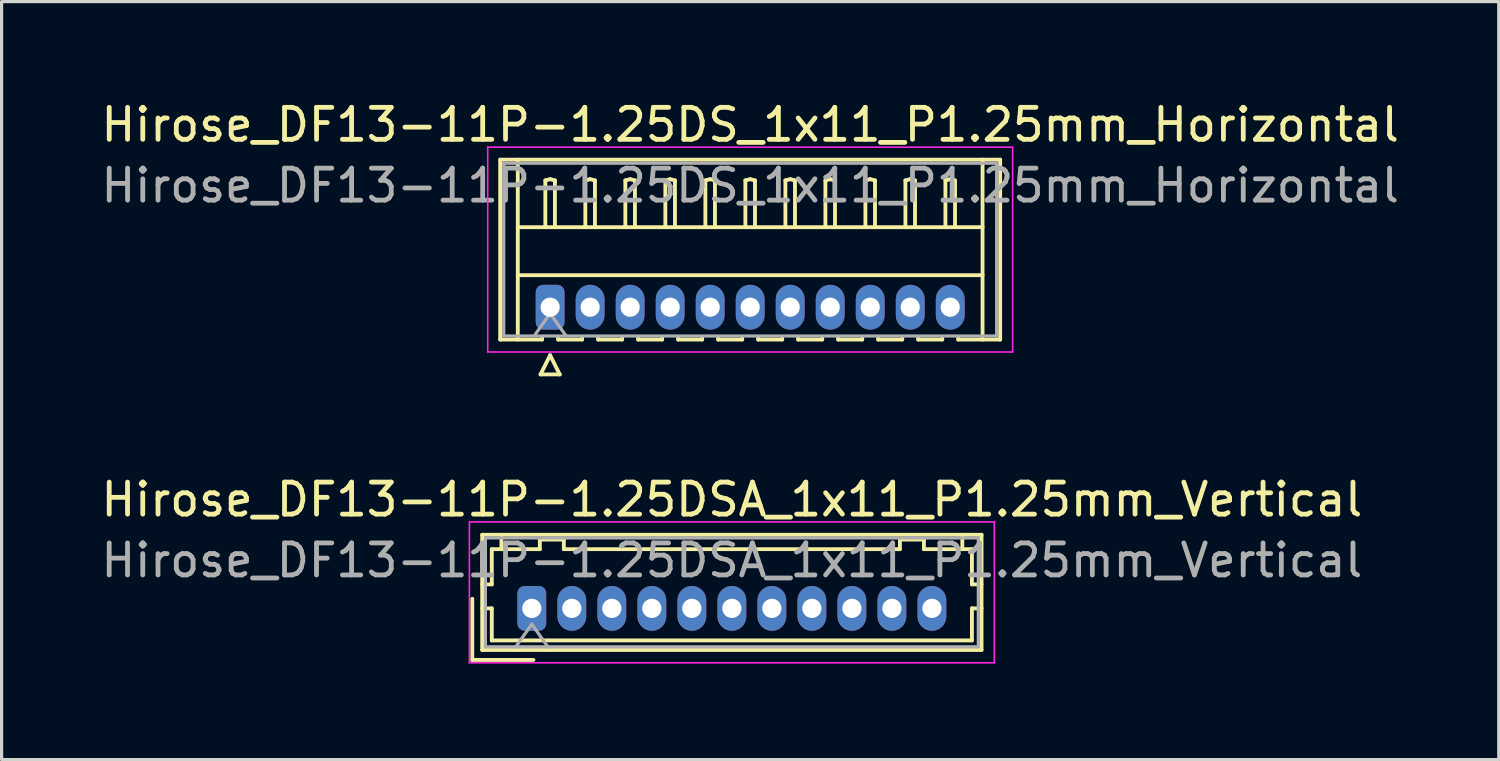
<source format=kicad_pcb>
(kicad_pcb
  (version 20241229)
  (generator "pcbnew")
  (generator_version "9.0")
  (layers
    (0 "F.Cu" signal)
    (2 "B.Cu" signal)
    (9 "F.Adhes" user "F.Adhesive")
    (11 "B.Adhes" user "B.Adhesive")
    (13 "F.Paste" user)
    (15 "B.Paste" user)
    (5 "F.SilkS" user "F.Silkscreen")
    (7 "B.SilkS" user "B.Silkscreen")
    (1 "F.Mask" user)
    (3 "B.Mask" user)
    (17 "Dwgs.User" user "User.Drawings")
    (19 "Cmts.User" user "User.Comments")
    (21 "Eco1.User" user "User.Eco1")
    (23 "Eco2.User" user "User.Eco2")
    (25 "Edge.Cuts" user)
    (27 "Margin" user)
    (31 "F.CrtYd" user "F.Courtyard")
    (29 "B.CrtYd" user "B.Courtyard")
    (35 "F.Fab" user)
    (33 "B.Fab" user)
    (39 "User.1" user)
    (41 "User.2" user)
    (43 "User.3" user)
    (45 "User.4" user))
  (footprint "Hirose_DF13-11P-1.25DSA_1x11_P1.25mm_Vertical"
    (layer "F.Cu")
    (at 13.565 15.957)
    (property "Reference" "Hirose_DF13-11P-1.25DSA_1x11_P1.25mm_Vertical" (at 6.25 -3.4 0) (layer "F.SilkS") (effects (font (size 1 1) (thickness 0.15))))
    (attr through_hole)
    (fp_line (start -1.86 -0.3) (end -1.86 1.61) (stroke (width 0.12) (type solid)) (layer "F.SilkS"))
    (fp_line (start -1.86 1.61) (end 0.05 1.61) (stroke (width 0.12) (type solid)) (layer "F.SilkS"))
    (fp_line (start -1.55 -2.3) (end -1.55 1.3) (stroke (width 0.12) (type solid)) (layer "F.SilkS"))
    (fp_line (start -1.55 -0.75) (end -1.25 -0.75) (stroke (width 0.12) (type solid)) (layer "F.SilkS"))
    (fp_line (start -1.55 0) (end -1.25 0) (stroke (width 0.12) (type solid)) (layer "F.SilkS"))
    (fp_line (start -1.55 1.3) (end 14.05 1.3) (stroke (width 0.12) (type solid)) (layer "F.SilkS"))
    (fp_line (start -1.25 -1.85) (end -0.95 -1.85) (stroke (width 0.12) (type solid)) (layer "F.SilkS"))
    (fp_line (start -1.25 -0.75) (end -1.25 -1.85) (stroke (width 0.12) (type solid)) (layer "F.SilkS"))
    (fp_line (start -1.25 0) (end -1.25 1) (stroke (width 0.12) (type solid)) (layer "F.SilkS"))
    (fp_line (start -1.25 1) (end 13.75 1) (stroke (width 0.12) (type solid)) (layer "F.SilkS"))
    (fp_line (start -0.95 -1.85) (end -0.95 -2.3) (stroke (width 0.12) (type solid)) (layer "F.SilkS"))
    (fp_line (start -0.95 -1.85) (end 0.25 -1.85) (stroke (width 0.12) (type solid)) (layer "F.SilkS"))
    (fp_line (start 0.25 -2.15) (end 1 -2.15) (stroke (width 0.12) (type solid)) (layer "F.SilkS"))
    (fp_line (start 0.25 -1.85) (end 0.25 -2.15) (stroke (width 0.12) (type solid)) (layer "F.SilkS"))
    (fp_line (start 1 -2.15) (end 1 -1.85) (stroke (width 0.12) (type solid)) (layer "F.SilkS"))
    (fp_line (start 1 -1.85) (end 11.5 -1.85) (stroke (width 0.12) (type solid)) (layer "F.SilkS"))
    (fp_line (start 11.5 -2.15) (end 12.25 -2.15) (stroke (width 0.12) (type solid)) (layer "F.SilkS"))
    (fp_line (start 11.5 -1.85) (end 11.5 -2.15) (stroke (width 0.12) (type solid)) (layer "F.SilkS"))
    (fp_line (start 12.25 -2.15) (end 12.25 -1.85) (stroke (width 0.12) (type solid)) (layer "F.SilkS"))
    (fp_line (start 12.25 -1.85) (end 13.45 -1.85) (stroke (width 0.12) (type solid)) (layer "F.SilkS"))
    (fp_line (start 13.45 -1.85) (end 13.45 -2.3) (stroke (width 0.12) (type solid)) (layer "F.SilkS"))
    (fp_line (start 13.75 -1.85) (end 13.45 -1.85) (stroke (width 0.12) (type solid)) (layer "F.SilkS"))
    (fp_line (start 13.75 -0.75) (end 13.75 -1.85) (stroke (width 0.12) (type solid)) (layer "F.SilkS"))
    (fp_line (start 13.75 0) (end 14.05 0) (stroke (width 0.12) (type solid)) (layer "F.SilkS"))
    (fp_line (start 13.75 1) (end 13.75 0) (stroke (width 0.12) (type solid)) (layer "F.SilkS"))
    (fp_line (start 14.05 -2.3) (end -1.55 -2.3) (stroke (width 0.12) (type solid)) (layer "F.SilkS"))
    (fp_line (start 14.05 -0.75) (end 13.75 -0.75) (stroke (width 0.12) (type solid)) (layer "F.SilkS"))
    (fp_line (start 14.05 1.3) (end 14.05 -2.3) (stroke (width 0.12) (type solid)) (layer "F.SilkS"))
    (fp_line (start -1.95 -2.7) (end -1.95 1.7) (stroke (width 0.05) (type solid)) (layer "F.CrtYd"))
    (fp_line (start -1.95 1.7) (end 14.45 1.7) (stroke (width 0.05) (type solid)) (layer "F.CrtYd"))
    (fp_line (start 14.45 -2.7) (end -1.95 -2.7) (stroke (width 0.05) (type solid)) (layer "F.CrtYd"))
    (fp_line (start 14.45 1.7) (end 14.45 -2.7) (stroke (width 0.05) (type solid)) (layer "F.CrtYd"))
    (fp_line (start -1.45 -2.2) (end -1.45 1.2) (stroke (width 0.1) (type solid)) (layer "F.Fab"))
    (fp_line (start -1.45 1.2) (end 13.95 1.2) (stroke (width 0.1) (type solid)) (layer "F.Fab"))
    (fp_line (start -0.5 1.2) (end 0 0.493) (stroke (width 0.1) (type solid)) (layer "F.Fab"))
    (fp_line (start 0 0.493) (end 0.5 1.2) (stroke (width 0.1) (type solid)) (layer "F.Fab"))
    (fp_line (start 13.95 -2.2) (end -1.45 -2.2) (stroke (width 0.1) (type solid)) (layer "F.Fab"))
    (fp_line (start 13.95 1.2) (end 13.95 -2.2) (stroke (width 0.1) (type solid)) (layer "F.Fab"))
    (fp_text user "${REFERENCE}" (at 6.25 -1.5 0) (layer "F.Fab") (effects (font (size 1 1) (thickness 0.15))))
    (pad "1" thru_hole roundrect (at 0 0) (size 0.9 1.4) (drill 0.6) (layers "*.Cu" "*.Mask") (roundrect_rratio 0.25))
    (pad "2" thru_hole oval (at 1.25 0) (size 0.9 1.4) (drill 0.6) (layers "*.Cu" "*.Mask"))
    (pad "3" thru_hole oval (at 2.5 0) (size 0.9 1.4) (drill 0.6) (layers "*.Cu" "*.Mask"))
    (pad "4" thru_hole oval (at 3.75 0) (size 0.9 1.4) (drill 0.6) (layers "*.Cu" "*.Mask"))
    (pad "5" thru_hole oval (at 5 0) (size 0.9 1.4) (drill 0.6) (layers "*.Cu" "*.Mask"))
    (pad "6" thru_hole oval (at 6.25 0) (size 0.9 1.4) (drill 0.6) (layers "*.Cu" "*.Mask"))
    (pad "7" thru_hole oval (at 7.5 0) (size 0.9 1.4) (drill 0.6) (layers "*.Cu" "*.Mask"))
    (pad "8" thru_hole oval (at 8.75 0) (size 0.9 1.4) (drill 0.6) (layers "*.Cu" "*.Mask"))
    (pad "9" thru_hole oval (at 10 0) (size 0.9 1.4) (drill 0.6) (layers "*.Cu" "*.Mask"))
    (pad "10" thru_hole oval (at 11.25 0) (size 0.9 1.4) (drill 0.6) (layers "*.Cu" "*.Mask"))
    (pad "11" thru_hole oval (at 12.5 0) (size 0.9 1.4) (drill 0.6) (layers "*.Cu" "*.Mask")))
  (footprint "Hirose_DF13-11P-1.25DS_1x11_P1.25mm_Horizontal"
    (layer "F.Cu")
    (at 14.137 6.548)
    (property "Reference" "Hirose_DF13-11P-1.25DS_1x11_P1.25mm_Horizontal" (at 6.25 -5.7 0) (layer "F.SilkS") (effects (font (size 1 1) (thickness 0.15))))
    (attr through_hole)
    (fp_line (start -1.56 -4.61) (end 14.06 -4.61) (stroke (width 0.12) (type solid)) (layer "F.SilkS"))
    (fp_line (start -1.56 1.01) (end -1.56 -4.61) (stroke (width 0.12) (type solid)) (layer "F.SilkS"))
    (fp_line (start -1.01 -4.61) (end -1.01 1.01) (stroke (width 0.12) (type solid)) (layer "F.SilkS"))
    (fp_line (start -1.01 -2.5) (end 13.51 -2.5) (stroke (width 0.12) (type solid)) (layer "F.SilkS"))
    (fp_line (start -1.01 -1) (end 13.51 -1) (stroke (width 0.12) (type solid)) (layer "F.SilkS"))
    (fp_line (start -0.3 2.1) (end 0.3 2.1) (stroke (width 0.12) (type solid)) (layer "F.SilkS"))
    (fp_line (start -0.25 0.96) (end -0.25 1.01) (stroke (width 0.12) (type solid)) (layer "F.SilkS"))
    (fp_line (start -0.25 1.01) (end -1.56 1.01) (stroke (width 0.12) (type solid)) (layer "F.SilkS"))
    (fp_line (start -0.15 -3.962) (end 0 -4) (stroke (width 0.12) (type solid)) (layer "F.SilkS"))
    (fp_line (start -0.15 -2.5) (end -0.15 -3.962) (stroke (width 0.12) (type solid)) (layer "F.SilkS"))
    (fp_line (start 0 -4) (end 0.15 -3.962) (stroke (width 0.12) (type solid)) (layer "F.SilkS"))
    (fp_line (start 0 1.5) (end -0.3 2.1) (stroke (width 0.12) (type solid)) (layer "F.SilkS"))
    (fp_line (start 0.15 -3.962) (end 0.15 -2.5) (stroke (width 0.12) (type solid)) (layer "F.SilkS"))
    (fp_line (start 0.25 0.96) (end 0.25 1.01) (stroke (width 0.12) (type solid)) (layer "F.SilkS"))
    (fp_line (start 0.25 1.01) (end 1 1.01) (stroke (width 0.12) (type solid)) (layer "F.SilkS"))
    (fp_line (start 0.3 2.1) (end 0 1.5) (stroke (width 0.12) (type solid)) (layer "F.SilkS"))
    (fp_line (start 1 1.01) (end 1 0.96) (stroke (width 0.12) (type solid)) (layer "F.SilkS"))
    (fp_line (start 1.1 -3.962) (end 1.25 -4) (stroke (width 0.12) (type solid)) (layer "F.SilkS"))
    (fp_line (start 1.1 -2.5) (end 1.1 -3.962) (stroke (width 0.12) (type solid)) (layer "F.SilkS"))
    (fp_line (start 1.25 -4) (end 1.4 -3.962) (stroke (width 0.12) (type solid)) (layer "F.SilkS"))
    (fp_line (start 1.4 -3.962) (end 1.4 -2.5) (stroke (width 0.12) (type solid)) (layer "F.SilkS"))
    (fp_line (start 1.5 0.96) (end 1.5 1.01) (stroke (width 0.12) (type solid)) (layer "F.SilkS"))
    (fp_line (start 1.5 1.01) (end 2.25 1.01) (stroke (width 0.12) (type solid)) (layer "F.SilkS"))
    (fp_line (start 2.25 1.01) (end 2.25 0.96) (stroke (width 0.12) (type solid)) (layer "F.SilkS"))
    (fp_line (start 2.35 -3.962) (end 2.5 -4) (stroke (width 0.12) (type solid)) (layer "F.SilkS"))
    (fp_line (start 2.35 -2.5) (end 2.35 -3.962) (stroke (width 0.12) (type solid)) (layer "F.SilkS"))
    (fp_line (start 2.5 -4) (end 2.65 -3.962) (stroke (width 0.12) (type solid)) (layer "F.SilkS"))
    (fp_line (start 2.65 -3.962) (end 2.65 -2.5) (stroke (width 0.12) (type solid)) (layer "F.SilkS"))
    (fp_line (start 2.75 0.96) (end 2.75 1.01) (stroke (width 0.12) (type solid)) (layer "F.SilkS"))
    (fp_line (start 2.75 1.01) (end 3.5 1.01) (stroke (width 0.12) (type solid)) (layer "F.SilkS"))
    (fp_line (start 3.5 1.01) (end 3.5 0.96) (stroke (width 0.12) (type solid)) (layer "F.SilkS"))
    (fp_line (start 3.6 -3.962) (end 3.75 -4) (stroke (width 0.12) (type solid)) (layer "F.SilkS"))
    (fp_line (start 3.6 -2.5) (end 3.6 -3.962) (stroke (width 0.12) (type solid)) (layer "F.SilkS"))
    (fp_line (start 3.75 -4) (end 3.9 -3.962) (stroke (width 0.12) (type solid)) (layer "F.SilkS"))
    (fp_line (start 3.9 -3.962) (end 3.9 -2.5) (stroke (width 0.12) (type solid)) (layer "F.SilkS"))
    (fp_line (start 4 0.96) (end 4 1.01) (stroke (width 0.12) (type solid)) (layer "F.SilkS"))
    (fp_line (start 4 1.01) (end 4.75 1.01) (stroke (width 0.12) (type solid)) (layer "F.SilkS"))
    (fp_line (start 4.75 1.01) (end 4.75 0.96) (stroke (width 0.12) (type solid)) (layer "F.SilkS"))
    (fp_line (start 4.85 -3.962) (end 5 -4) (stroke (width 0.12) (type solid)) (layer "F.SilkS"))
    (fp_line (start 4.85 -2.5) (end 4.85 -3.962) (stroke (width 0.12) (type solid)) (layer "F.SilkS"))
    (fp_line (start 5 -4) (end 5.15 -3.962) (stroke (width 0.12) (type solid)) (layer "F.SilkS"))
    (fp_line (start 5.15 -3.962) (end 5.15 -2.5) (stroke (width 0.12) (type solid)) (layer "F.SilkS"))
    (fp_line (start 5.25 0.96) (end 5.25 1.01) (stroke (width 0.12) (type solid)) (layer "F.SilkS"))
    (fp_line (start 5.25 1.01) (end 6 1.01) (stroke (width 0.12) (type solid)) (layer "F.SilkS"))
    (fp_line (start 6 1.01) (end 6 0.96) (stroke (width 0.12) (type solid)) (layer "F.SilkS"))
    (fp_line (start 6.1 -3.962) (end 6.25 -4) (stroke (width 0.12) (type solid)) (layer "F.SilkS"))
    (fp_line (start 6.1 -2.5) (end 6.1 -3.962) (stroke (width 0.12) (type solid)) (layer "F.SilkS"))
    (fp_line (start 6.25 -4) (end 6.4 -3.962) (stroke (width 0.12) (type solid)) (layer "F.SilkS"))
    (fp_line (start 6.4 -3.962) (end 6.4 -2.5) (stroke (width 0.12) (type solid)) (layer "F.SilkS"))
    (fp_line (start 6.5 0.96) (end 6.5 1.01) (stroke (width 0.12) (type solid)) (layer "F.SilkS"))
    (fp_line (start 6.5 1.01) (end 7.25 1.01) (stroke (width 0.12) (type solid)) (layer "F.SilkS"))
    (fp_line (start 7.25 1.01) (end 7.25 0.96) (stroke (width 0.12) (type solid)) (layer "F.SilkS"))
    (fp_line (start 7.35 -3.962) (end 7.5 -4) (stroke (width 0.12) (type solid)) (layer "F.SilkS"))
    (fp_line (start 7.35 -2.5) (end 7.35 -3.962) (stroke (width 0.12) (type solid)) (layer "F.SilkS"))
    (fp_line (start 7.5 -4) (end 7.65 -3.962) (stroke (width 0.12) (type solid)) (layer "F.SilkS"))
    (fp_line (start 7.65 -3.962) (end 7.65 -2.5) (stroke (width 0.12) (type solid)) (layer "F.SilkS"))
    (fp_line (start 7.75 0.96) (end 7.75 1.01) (stroke (width 0.12) (type solid)) (layer "F.SilkS"))
    (fp_line (start 7.75 1.01) (end 8.5 1.01) (stroke (width 0.12) (type solid)) (layer "F.SilkS"))
    (fp_line (start 8.5 1.01) (end 8.5 0.96) (stroke (width 0.12) (type solid)) (layer "F.SilkS"))
    (fp_line (start 8.6 -3.962) (end 8.75 -4) (stroke (width 0.12) (type solid)) (layer "F.SilkS"))
    (fp_line (start 8.6 -2.5) (end 8.6 -3.962) (stroke (width 0.12) (type solid)) (layer "F.SilkS"))
    (fp_line (start 8.75 -4) (end 8.9 -3.962) (stroke (width 0.12) (type solid)) (layer "F.SilkS"))
    (fp_line (start 8.9 -3.962) (end 8.9 -2.5) (stroke (width 0.12) (type solid)) (layer "F.SilkS"))
    (fp_line (start 9 0.96) (end 9 1.01) (stroke (width 0.12) (type solid)) (layer "F.SilkS"))
    (fp_line (start 9 1.01) (end 9.75 1.01) (stroke (width 0.12) (type solid)) (layer "F.SilkS"))
    (fp_line (start 9.75 1.01) (end 9.75 0.96) (stroke (width 0.12) (type solid)) (layer "F.SilkS"))
    (fp_line (start 9.85 -3.962) (end 10 -4) (stroke (width 0.12) (type solid)) (layer "F.SilkS"))
    (fp_line (start 9.85 -2.5) (end 9.85 -3.962) (stroke (width 0.12) (type solid)) (layer "F.SilkS"))
    (fp_line (start 10 -4) (end 10.15 -3.962) (stroke (width 0.12) (type solid)) (layer "F.SilkS"))
    (fp_line (start 10.15 -3.962) (end 10.15 -2.5) (stroke (width 0.12) (type solid)) (layer "F.SilkS"))
    (fp_line (start 10.25 0.96) (end 10.25 1.01) (stroke (width 0.12) (type solid)) (layer "F.SilkS"))
    (fp_line (start 10.25 1.01) (end 11 1.01) (stroke (width 0.12) (type solid)) (layer "F.SilkS"))
    (fp_line (start 11 1.01) (end 11 0.96) (stroke (width 0.12) (type solid)) (layer "F.SilkS"))
    (fp_line (start 11.1 -3.962) (end 11.25 -4) (stroke (width 0.12) (type solid)) (layer "F.SilkS"))
    (fp_line (start 11.1 -2.5) (end 11.1 -3.962) (stroke (width 0.12) (type solid)) (layer "F.SilkS"))
    (fp_line (start 11.25 -4) (end 11.4 -3.962) (stroke (width 0.12) (type solid)) (layer "F.SilkS"))
    (fp_line (start 11.4 -3.962) (end 11.4 -2.5) (stroke (width 0.12) (type solid)) (layer "F.SilkS"))
    (fp_line (start 11.5 0.96) (end 11.5 1.01) (stroke (width 0.12) (type solid)) (layer "F.SilkS"))
    (fp_line (start 11.5 1.01) (end 12.25 1.01) (stroke (width 0.12) (type solid)) (layer "F.SilkS"))
    (fp_line (start 12.25 1.01) (end 12.25 0.96) (stroke (width 0.12) (type solid)) (layer "F.SilkS"))
    (fp_line (start 12.35 -3.962) (end 12.5 -4) (stroke (width 0.12) (type solid)) (layer "F.SilkS"))
    (fp_line (start 12.35 -2.5) (end 12.35 -3.962) (stroke (width 0.12) (type solid)) (layer "F.SilkS"))
    (fp_line (start 12.5 -4) (end 12.65 -3.962) (stroke (width 0.12) (type solid)) (layer "F.SilkS"))
    (fp_line (start 12.65 -3.962) (end 12.65 -2.5) (stroke (width 0.12) (type solid)) (layer "F.SilkS"))
    (fp_line (start 12.75 1.01) (end 12.75 0.96) (stroke (width 0.12) (type solid)) (layer "F.SilkS"))
    (fp_line (start 13.51 -4.61) (end 13.51 1.01) (stroke (width 0.12) (type solid)) (layer "F.SilkS"))
    (fp_line (start 14.06 -4.61) (end 14.06 1.01) (stroke (width 0.12) (type solid)) (layer "F.SilkS"))
    (fp_line (start 14.06 1.01) (end 12.75 1.01) (stroke (width 0.12) (type solid)) (layer "F.SilkS"))
    (fp_line (start -1.95 -5) (end -1.95 1.4) (stroke (width 0.05) (type solid)) (layer "F.CrtYd"))
    (fp_line (start -1.95 1.4) (end 14.45 1.4) (stroke (width 0.05) (type solid)) (layer "F.CrtYd"))
    (fp_line (start 14.45 -5) (end -1.95 -5) (stroke (width 0.05) (type solid)) (layer "F.CrtYd"))
    (fp_line (start 14.45 1.4) (end 14.45 -5) (stroke (width 0.05) (type solid)) (layer "F.CrtYd"))
    (fp_line (start -1.45 -4.5) (end -1.45 0.9) (stroke (width 0.1) (type solid)) (layer "F.Fab"))
    (fp_line (start -1.45 0.9) (end 13.95 0.9) (stroke (width 0.1) (type solid)) (layer "F.Fab"))
    (fp_line (start -0.5 0.9) (end 0 0.193) (stroke (width 0.1) (type solid)) (layer "F.Fab"))
    (fp_line (start 0 0.193) (end 0.5 0.9) (stroke (width 0.1) (type solid)) (layer "F.Fab"))
    (fp_line (start 13.95 -4.5) (end -1.45 -4.5) (stroke (width 0.1) (type solid)) (layer "F.Fab"))
    (fp_line (start 13.95 0.9) (end 13.95 -4.5) (stroke (width 0.1) (type solid)) (layer "F.Fab"))
    (fp_text user "${REFERENCE}" (at 6.25 -3.8 0) (layer "F.Fab") (effects (font (size 1 1) (thickness 0.15))))
    (pad "1" thru_hole roundrect (at 0 0) (size 0.9 1.4) (drill 0.6) (layers "*.Cu" "*.Mask") (roundrect_rratio 0.25))
    (pad "2" thru_hole oval (at 1.25 0) (size 0.9 1.4) (drill 0.6) (layers "*.Cu" "*.Mask"))
    (pad "3" thru_hole oval (at 2.5 0) (size 0.9 1.4) (drill 0.6) (layers "*.Cu" "*.Mask"))
    (pad "4" thru_hole oval (at 3.75 0) (size 0.9 1.4) (drill 0.6) (layers "*.Cu" "*.Mask"))
    (pad "5" thru_hole oval (at 5 0) (size 0.9 1.4) (drill 0.6) (layers "*.Cu" "*.Mask"))
    (pad "6" thru_hole oval (at 6.25 0) (size 0.9 1.4) (drill 0.6) (layers "*.Cu" "*.Mask"))
    (pad "7" thru_hole oval (at 7.5 0) (size 0.9 1.4) (drill 0.6) (layers "*.Cu" "*.Mask"))
    (pad "8" thru_hole oval (at 8.75 0) (size 0.9 1.4) (drill 0.6) (layers "*.Cu" "*.Mask"))
    (pad "9" thru_hole oval (at 10 0) (size 0.9 1.4) (drill 0.6) (layers "*.Cu" "*.Mask"))
    (pad "10" thru_hole oval (at 11.25 0) (size 0.9 1.4) (drill 0.6) (layers "*.Cu" "*.Mask"))
    (pad "11" thru_hole oval (at 12.5 0) (size 0.9 1.4) (drill 0.6) (layers "*.Cu" "*.Mask")))
  (gr_rect
    (start -3 -3)
    (end 43.774 20.681)
    (stroke (width 0.1) (type default))
    (fill no)
    (layer "Edge.Cuts")))
</source>
